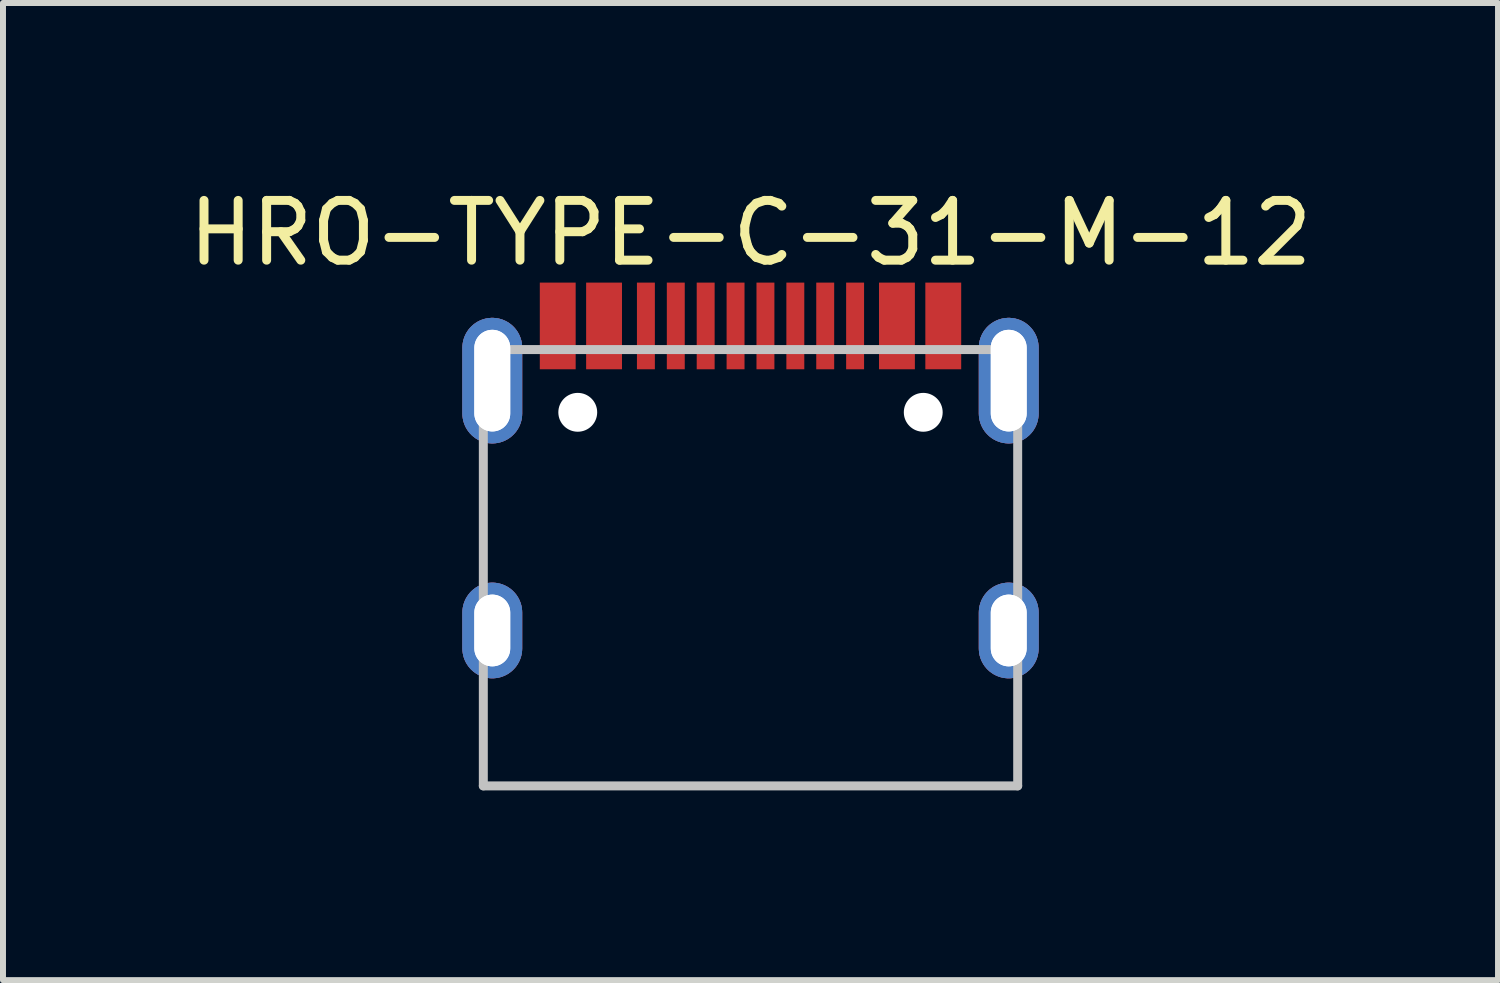
<source format=kicad_pcb>
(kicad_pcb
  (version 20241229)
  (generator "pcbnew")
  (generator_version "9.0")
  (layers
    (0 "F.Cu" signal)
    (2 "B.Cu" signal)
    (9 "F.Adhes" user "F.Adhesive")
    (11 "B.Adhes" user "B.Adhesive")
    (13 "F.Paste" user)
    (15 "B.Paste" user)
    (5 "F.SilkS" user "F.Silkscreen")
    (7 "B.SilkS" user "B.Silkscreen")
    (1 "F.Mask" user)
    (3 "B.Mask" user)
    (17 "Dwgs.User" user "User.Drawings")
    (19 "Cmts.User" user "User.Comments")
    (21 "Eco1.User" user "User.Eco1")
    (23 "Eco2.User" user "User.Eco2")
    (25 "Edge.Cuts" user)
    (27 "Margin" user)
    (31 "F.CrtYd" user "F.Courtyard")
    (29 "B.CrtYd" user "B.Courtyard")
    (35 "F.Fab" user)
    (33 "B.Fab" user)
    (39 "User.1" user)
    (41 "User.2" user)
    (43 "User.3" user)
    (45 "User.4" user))
  (footprint "HRO-TYPE-C-31-M-12"
    (layer "F.Cu")
    (at 9.506 10.098)
    (property "Reference" "HRO-TYPE-C-31-M-12" (at 0 -9.25 0) (layer "F.SilkS") (effects (font (size 1 1) (thickness 0.15))))
    (attr smd)
    (fp_line (start -4.47 -7.3) (end 4.47 -7.3) (stroke (width 0.15) (type solid)) (layer "Dwgs.User"))
    (fp_line (start -4.47 0) (end -4.47 -7.3) (stroke (width 0.15) (type solid)) (layer "Dwgs.User"))
    (fp_line (start -4.47 0) (end 4.47 0) (stroke (width 0.15) (type solid)) (layer "Dwgs.User"))
    (fp_line (start 4.47 0) (end 4.47 -7.3) (stroke (width 0.15) (type solid)) (layer "Dwgs.User"))
    (pad "" np_thru_hole circle (at -2.89 -6.25) (size 0.65 0.65) (drill 0.65) (layers "*.Cu" "*.Mask"))
    (pad "" np_thru_hole circle (at 2.89 -6.25) (size 0.65 0.65) (drill 0.65) (layers "*.Cu" "*.Mask"))
    (pad "1" smd rect (at -3.225 -7.695) (size 0.6 1.45) (layers "F.Cu" "F.Mask" "F.Paste"))
    (pad "2" smd rect (at -2.45 -7.695) (size 0.6 1.45) (layers "F.Cu" "F.Mask" "F.Paste"))
    (pad "3" smd rect (at -1.75 -7.695) (size 0.3 1.45) (layers "F.Cu" "F.Mask" "F.Paste"))
    (pad "4" smd rect (at -1.25 -7.695) (size 0.3 1.45) (layers "F.Cu" "F.Mask" "F.Paste"))
    (pad "5" smd rect (at -0.75 -7.695) (size 0.3 1.45) (layers "F.Cu" "F.Mask" "F.Paste"))
    (pad "6" smd rect (at -0.25 -7.695) (size 0.3 1.45) (layers "F.Cu" "F.Mask" "F.Paste"))
    (pad "7" smd rect (at 0.25 -7.695) (size 0.3 1.45) (layers "F.Cu" "F.Mask" "F.Paste"))
    (pad "8" smd rect (at 0.75 -7.695) (size 0.3 1.45) (layers "F.Cu" "F.Mask" "F.Paste"))
    (pad "9" smd rect (at 1.25 -7.695) (size 0.3 1.45) (layers "F.Cu" "F.Mask" "F.Paste"))
    (pad "10" smd rect (at 1.75 -7.695) (size 0.3 1.45) (layers "F.Cu" "F.Mask" "F.Paste"))
    (pad "11" smd rect (at 2.45 -7.695) (size 0.6 1.45) (layers "F.Cu" "F.Mask" "F.Paste"))
    (pad "12" smd rect (at 3.225 -7.695) (size 0.6 1.45) (layers "F.Cu" "F.Mask" "F.Paste"))
    (pad "13" thru_hole oval (at -4.32 -6.78 180) (size 1 2.1) (drill oval 0.6 1.7) (layers "*.Cu" "F.Mask"))
    (pad "13" thru_hole oval (at -4.32 -6.78) (size 1 2.1) (drill oval 0.6 1.7) (layers "*.Cu" "B.Mask"))
    (pad "13" thru_hole oval (at -4.32 -2.6 180) (size 1 1.6) (drill oval 0.6 1.2) (layers "*.Cu" "F.Mask"))
    (pad "13" thru_hole oval (at -4.32 -2.6) (size 1 1.6) (drill oval 0.6 1.2) (layers "*.Cu" "B.Mask"))
    (pad "13" thru_hole oval (at 4.32 -6.78 180) (size 1 2.1) (drill oval 0.6 1.7) (layers "*.Cu" "F.Mask"))
    (pad "13" thru_hole oval (at 4.32 -6.78) (size 1 2.1) (drill oval 0.6 1.7) (layers "*.Cu" "B.Mask"))
    (pad "13" thru_hole oval (at 4.32 -2.6 180) (size 1 1.6) (drill oval 0.6 1.2) (layers "*.Cu" "F.Mask"))
    (pad "13" thru_hole oval (at 4.32 -2.6) (size 1 1.6) (drill oval 0.6 1.2) (layers "*.Cu" "B.Mask")))
  (gr_rect
    (start -3 -3)
    (end 22.012 13.348)
    (stroke (width 0.1) (type default))
    (fill no)
    (layer "Edge.Cuts")))
</source>
